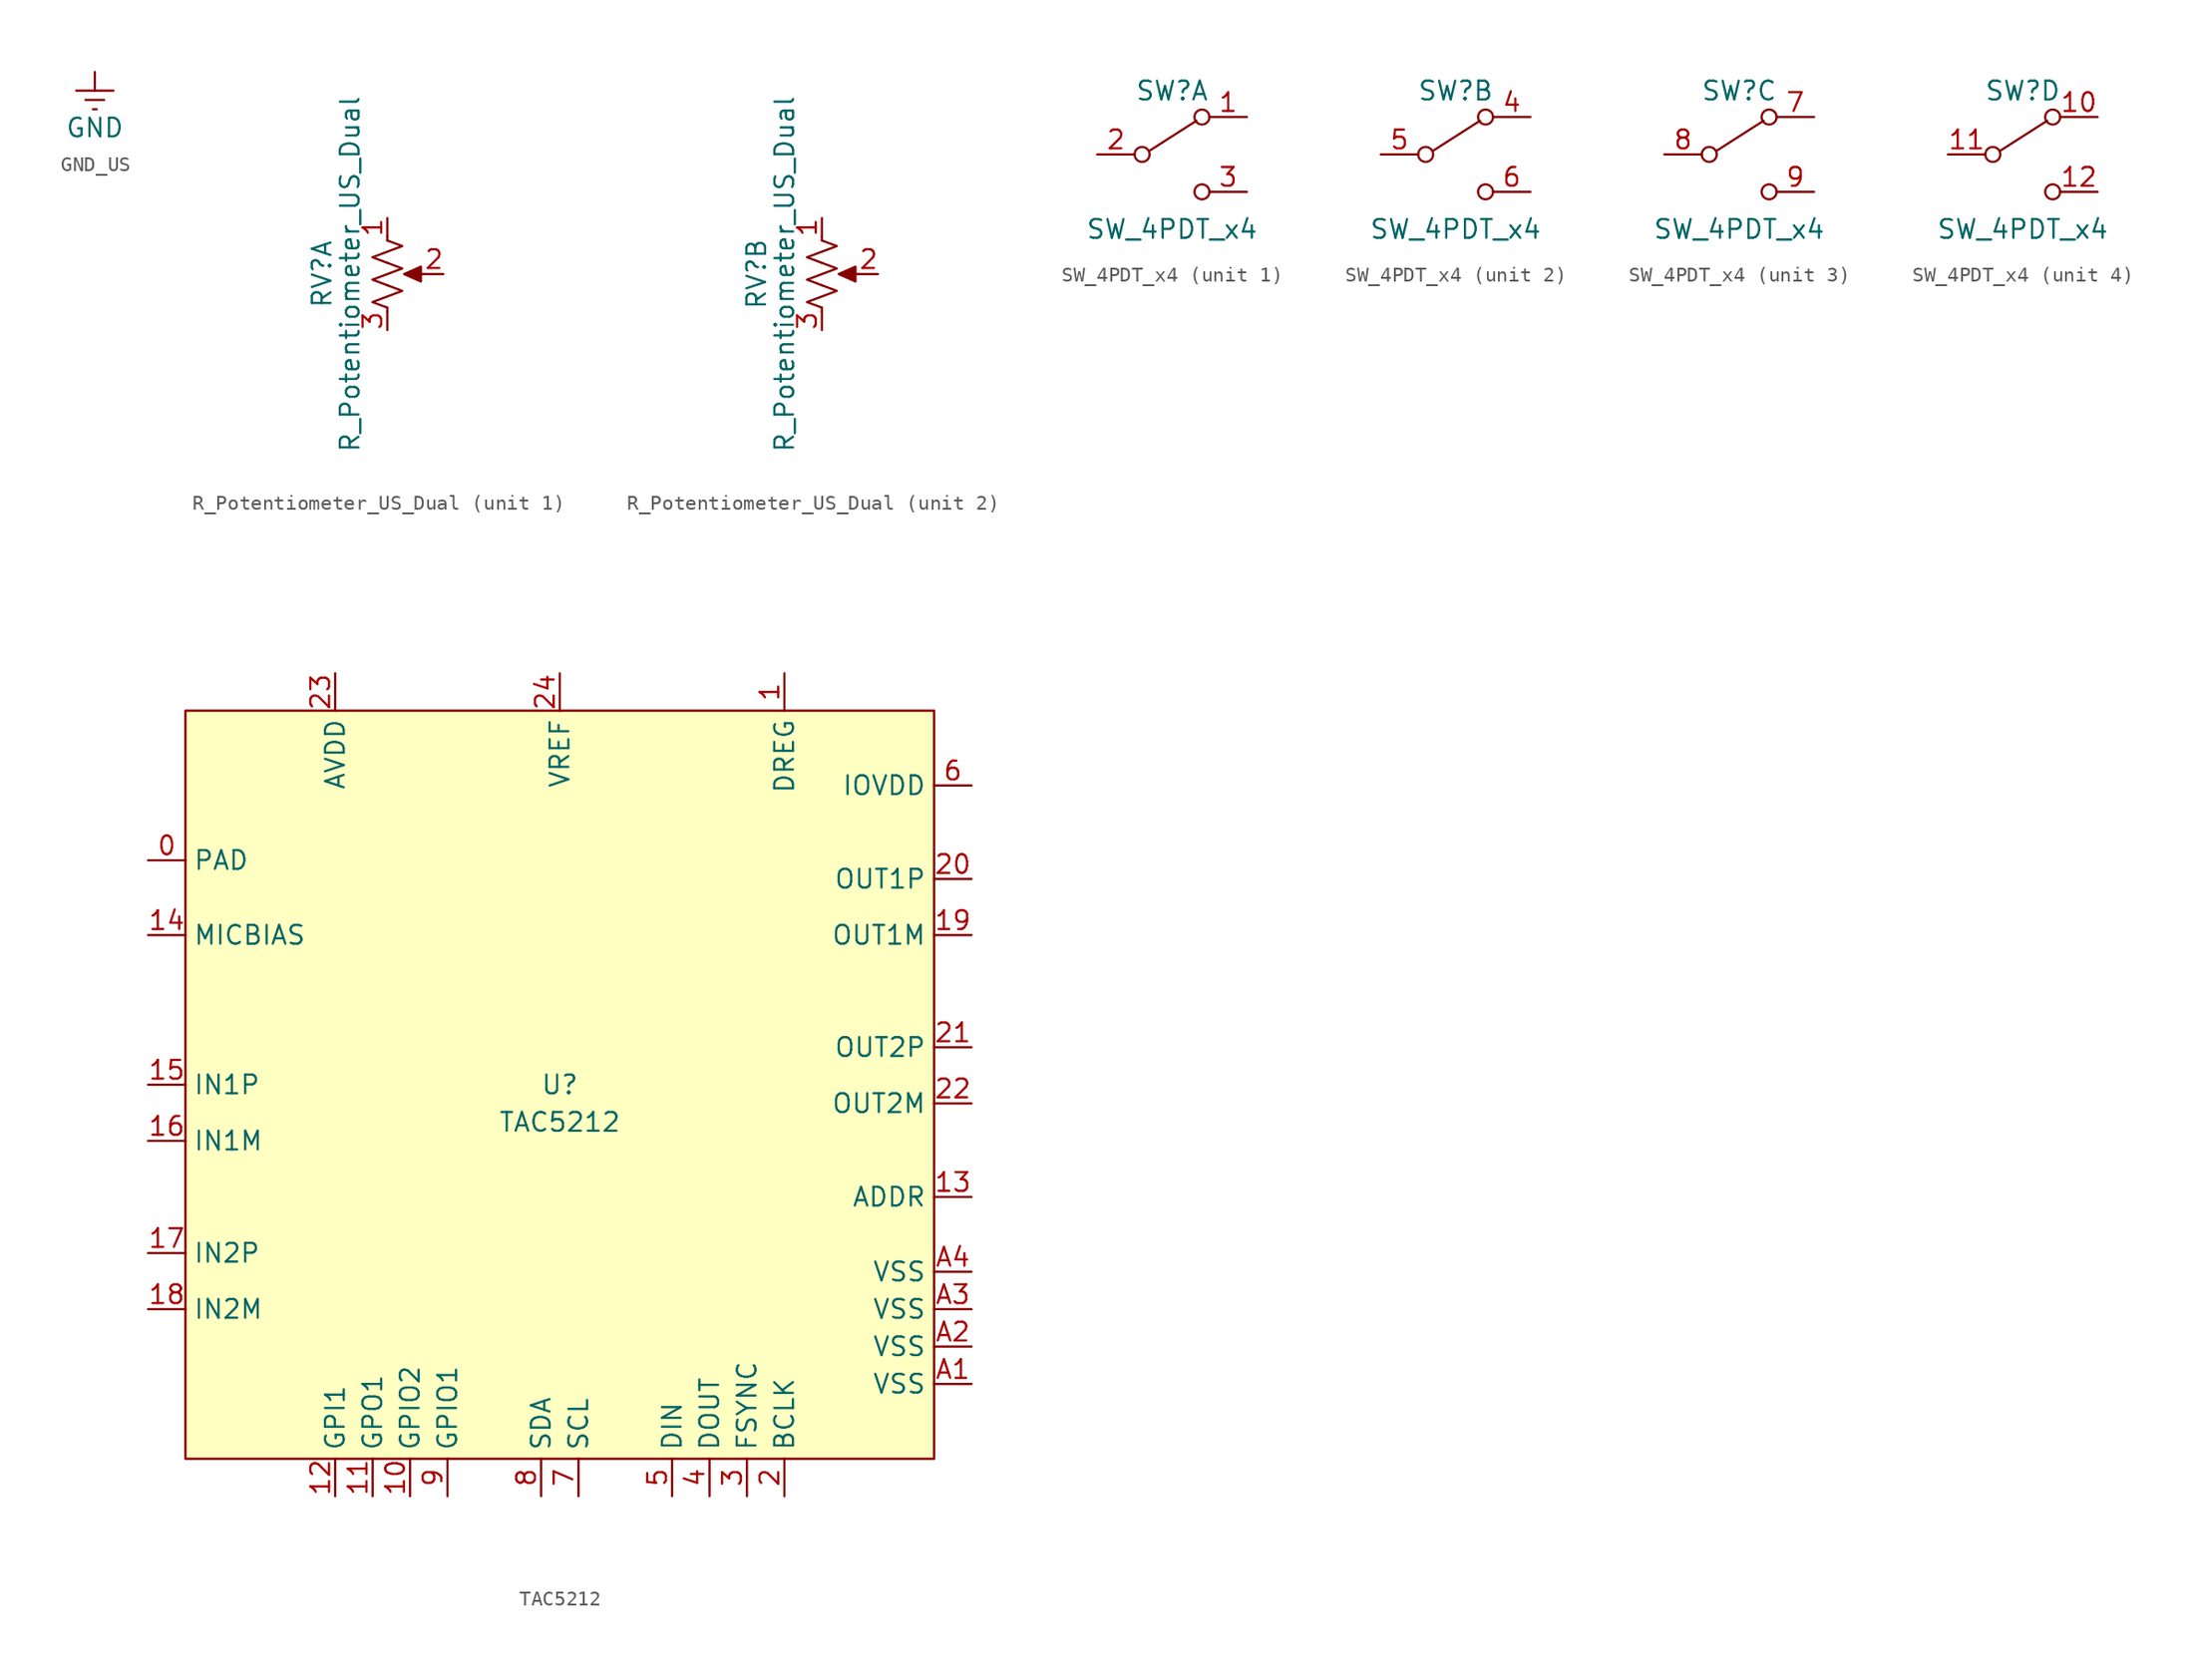
<source format=kicad_sym>
(kicad_symbol_lib
  (version 20220914)
  (generator kicad_symbol_editor)
  (symbol "GND_US"
    (power)
    (pin_names
      (offset 0))
    (property "Reference" "#PWR"
      (at 0 -6.35 0)
      (effects (font (size 1.27 1.27)) hide))
    (property "Value" "GND"
      (at 0 -3.81 0)
      (effects (font (size 1.27 1.27))))
    (symbol "GND_US_0_1"
      (polyline (pts (xy -0.635 -1.905) (xy 0.635 -1.905)) (stroke (width 0) (type default)) (fill (type none)))
      (polyline (pts (xy -0.127 -2.54) (xy 0.127 -2.54)) (stroke (width 0) (type default)) (fill (type none)))
      (polyline (pts (xy 0 -1.27) (xy 0 0)) (stroke (width 0) (type default)) (fill (type none)))
      (polyline (pts (xy 1.27 -1.27) (xy -1.27 -1.27)) (stroke (width 0) (type default)) (fill (type none))))
    (symbol "GND_US_1_1"
      (pin power_in line (at 0 0 270) (length 0) hide (name "GNDREF" (effects (font (size 1.27 1.27)))) (number "1" (effects (font (size 1.27 1.27)))))))
  (symbol "R_Potentiometer_US_Dual"
    (pin_names
      (offset 1.016) hide)
    (property "Reference" "RV"
      (at -4.445 0 90)
      (effects (font (size 1.27 1.27))))
    (property "Value" "R_Potentiometer_US_Dual"
      (at -2.54 0 90)
      (effects (font (size 1.27 1.27))))
    (symbol "R_Potentiometer_US_Dual_0_1"
      (polyline (pts (xy 0 -2.286) (xy 0 -2.54)) (stroke (width 0) (type default)) (fill (type none)))
      (polyline (pts (xy 0 2.54) (xy 0 2.286)) (stroke (width 0) (type default)) (fill (type none)))
      (polyline (pts (xy 2.54 0) (xy 1.524 0)) (stroke (width 0) (type default)) (fill (type none)))
      (polyline (pts (xy 1.143 0) (xy 2.286 0.508) (xy 2.286 -0.508) (xy 1.143 0)) (stroke (width 0) (type default)) (fill (type outline)))
      (polyline (pts (xy 0 -0.762) (xy 1.016 -1.143) (xy 0 -1.524) (xy -1.016 -1.905) (xy 0 -2.286)) (stroke (width 0) (type default)) (fill (type none)))
      (polyline (pts (xy 0 0.762) (xy 1.016 0.381) (xy 0 0) (xy -1.016 -0.381) (xy 0 -0.762)) (stroke (width 0) (type default)) (fill (type none)))
      (polyline (pts (xy 0 2.286) (xy 1.016 1.905) (xy 0 1.524) (xy -1.016 1.143) (xy 0 0.762)) (stroke (width 0) (type default)) (fill (type none))))
    (symbol "R_Potentiometer_US_Dual_1_1"
      (pin passive line (at 0 3.81 270) (length 1.27) (name "1" (effects (font (size 1.27 1.27)))) (number "1" (effects (font (size 1.27 1.27)))))
      (pin passive line (at 3.81 0 180) (length 1.27) (name "2" (effects (font (size 1.27 1.27)))) (number "2" (effects (font (size 1.27 1.27)))))
      (pin passive line (at 0 -3.81 90) (length 1.27) (name "3" (effects (font (size 1.27 1.27)))) (number "3" (effects (font (size 1.27 1.27))))))
    (symbol "R_Potentiometer_US_Dual_2_1"
      (pin passive line (at 0 3.81 270) (length 1.27) (name "1" (effects (font (size 1.27 1.27)))) (number "1" (effects (font (size 1.27 1.27)))))
      (pin passive line (at 3.81 0 180) (length 1.27) (name "2" (effects (font (size 1.27 1.27)))) (number "2" (effects (font (size 1.27 1.27)))))
      (pin passive line (at 0 -3.81 90) (length 1.27) (name "3" (effects (font (size 1.27 1.27)))) (number "3" (effects (font (size 1.27 1.27)))))))
  (symbol "SW_4PDT_x4"
    (pin_names
      (offset 0) hide)
    (property "Reference" "SW"
      (at 0 4.318 0)
      (effects (font (size 1.27 1.27))))
    (property "Value" "SW_4PDT_x4"
      (at 0 -5.08 0)
      (effects (font (size 1.27 1.27))))
    (symbol "SW_4PDT_x4_0_0"
      (circle (center -2.032 0) (radius 0.508) (stroke (width 0) (type default)) (fill (type none)))
      (circle (center 2.032 -2.54) (radius 0.508) (stroke (width 0) (type default)) (fill (type none))))
    (symbol "SW_4PDT_x4_0_1"
      (polyline (pts (xy -1.524 0.254) (xy 1.651 2.286)) (stroke (width 0) (type default)) (fill (type none)))
      (circle (center 2.032 2.54) (radius 0.508) (stroke (width 0) (type default)) (fill (type none))))
    (symbol "SW_4PDT_x4_1_1"
      (pin passive line (at 5.08 2.54 180) (length 2.54) (name "A" (effects (font (size 1.27 1.27)))) (number "1" (effects (font (size 1.27 1.27)))))
      (pin passive line (at -5.08 0 0) (length 2.54) (name "B" (effects (font (size 1.27 1.27)))) (number "2" (effects (font (size 1.27 1.27)))))
      (pin passive line (at 5.08 -2.54 180) (length 2.54) (name "C" (effects (font (size 1.27 1.27)))) (number "3" (effects (font (size 1.27 1.27))))))
    (symbol "SW_4PDT_x4_2_1"
      (pin passive line (at 5.08 2.54 180) (length 2.54) (name "A" (effects (font (size 1.27 1.27)))) (number "4" (effects (font (size 1.27 1.27)))))
      (pin passive line (at -5.08 0 0) (length 2.54) (name "B" (effects (font (size 1.27 1.27)))) (number "5" (effects (font (size 1.27 1.27)))))
      (pin passive line (at 5.08 -2.54 180) (length 2.54) (name "C" (effects (font (size 1.27 1.27)))) (number "6" (effects (font (size 1.27 1.27))))))
    (symbol "SW_4PDT_x4_3_1"
      (pin passive line (at 5.08 2.54 180) (length 2.54) (name "A" (effects (font (size 1.27 1.27)))) (number "7" (effects (font (size 1.27 1.27)))))
      (pin passive line (at -5.08 0 0) (length 2.54) (name "B" (effects (font (size 1.27 1.27)))) (number "8" (effects (font (size 1.27 1.27)))))
      (pin passive line (at 5.08 -2.54 180) (length 2.54) (name "C" (effects (font (size 1.27 1.27)))) (number "9" (effects (font (size 1.27 1.27))))))
    (symbol "SW_4PDT_x4_4_1"
      (pin passive line (at 5.08 2.54 180) (length 2.54) (name "A" (effects (font (size 1.27 1.27)))) (number "10" (effects (font (size 1.27 1.27)))))
      (pin passive line (at -5.08 0 0) (length 2.54) (name "B" (effects (font (size 1.27 1.27)))) (number "11" (effects (font (size 1.27 1.27)))))
      (pin passive line (at 5.08 -2.54 180) (length 2.54) (name "C" (effects (font (size 1.27 1.27)))) (number "12" (effects (font (size 1.27 1.27)))))))
  (symbol "TAC5212"
    (property "Reference" "U"
      (at 0 0 0)
      (effects (font (size 1.27 1.27))))
    (property "Value" "TAC5212"
      (at 0 -2.54 0)
      (effects (font (size 1.27 1.27))))
    (symbol "TAC5212_1_1"
      (rectangle (start -25.4 25.4) (end 25.4 -25.4) (stroke (width 0) (type default)) (fill (type background)))
      (pin passive line (at -27.94 15.24 0) (length 2.54) (name "PAD" (effects (font (size 1.27 1.27)))) (number "0" (effects (font (size 1.27 1.27)))))
      (pin passive line (at 15.24 27.94 270) (length 2.54) (name "DREG" (effects (font (size 1.27 1.27)))) (number "1" (effects (font (size 1.27 1.27)))))
      (pin bidirectional line (at -10.16 -27.94 90) (length 2.54) (name "GPIO2" (effects (font (size 1.27 1.27)))) (number "10" (effects (font (size 1.27 1.27)))))
      (pin output line (at -12.7 -27.94 90) (length 2.54) (name "GPO1" (effects (font (size 1.27 1.27)))) (number "11" (effects (font (size 1.27 1.27)))))
      (pin input line (at -15.24 -27.94 90) (length 2.54) (name "GPI1" (effects (font (size 1.27 1.27)))) (number "12" (effects (font (size 1.27 1.27)))))
      (pin passive line (at 27.94 -7.62 180) (length 2.54) (name "ADDR" (effects (font (size 1.27 1.27)))) (number "13" (effects (font (size 1.27 1.27)))))
      (pin output line (at -27.94 10.16 0) (length 2.54) (name "MICBIAS" (effects (font (size 1.27 1.27)))) (number "14" (effects (font (size 1.27 1.27)))))
      (pin input line (at -27.94 0 0) (length 2.54) (name "IN1P" (effects (font (size 1.27 1.27)))) (number "15" (effects (font (size 1.27 1.27)))))
      (pin input line (at -27.94 -3.81 0) (length 2.54) (name "IN1M" (effects (font (size 1.27 1.27)))) (number "16" (effects (font (size 1.27 1.27)))))
      (pin input line (at -27.94 -11.43 0) (length 2.54) (name "IN2P" (effects (font (size 1.27 1.27)))) (number "17" (effects (font (size 1.27 1.27)))))
      (pin input line (at -27.94 -15.24 0) (length 2.54) (name "IN2M" (effects (font (size 1.27 1.27)))) (number "18" (effects (font (size 1.27 1.27)))))
      (pin output line (at 27.94 10.16 180) (length 2.54) (name "OUT1M" (effects (font (size 1.27 1.27)))) (number "19" (effects (font (size 1.27 1.27)))))
      (pin input line (at 15.24 -27.94 90) (length 2.54) (name "BCLK" (effects (font (size 1.27 1.27)))) (number "2" (effects (font (size 1.27 1.27)))))
      (pin output line (at 27.94 13.97 180) (length 2.54) (name "OUT1P" (effects (font (size 1.27 1.27)))) (number "20" (effects (font (size 1.27 1.27)))))
      (pin output line (at 27.94 2.54 180) (length 2.54) (name "OUT2P" (effects (font (size 1.27 1.27)))) (number "21" (effects (font (size 1.27 1.27)))))
      (pin output line (at 27.94 -1.27 180) (length 2.54) (name "OUT2M" (effects (font (size 1.27 1.27)))) (number "22" (effects (font (size 1.27 1.27)))))
      (pin power_in line (at -15.24 27.94 270) (length 2.54) (name "AVDD" (effects (font (size 1.27 1.27)))) (number "23" (effects (font (size 1.27 1.27)))))
      (pin output line (at 0 27.94 270) (length 2.54) (name "VREF" (effects (font (size 1.27 1.27)))) (number "24" (effects (font (size 1.27 1.27)))))
      (pin input line (at 12.7 -27.94 90) (length 2.54) (name "FSYNC" (effects (font (size 1.27 1.27)))) (number "3" (effects (font (size 1.27 1.27)))))
      (pin output line (at 10.16 -27.94 90) (length 2.54) (name "DOUT" (effects (font (size 1.27 1.27)))) (number "4" (effects (font (size 1.27 1.27)))))
      (pin input line (at 7.62 -27.94 90) (length 2.54) (name "DIN" (effects (font (size 1.27 1.27)))) (number "5" (effects (font (size 1.27 1.27)))))
      (pin power_in line (at 27.94 20.32 180) (length 2.54) (name "IOVDD" (effects (font (size 1.27 1.27)))) (number "6" (effects (font (size 1.27 1.27)))))
      (pin bidirectional line (at 1.27 -27.94 90) (length 2.54) (name "SCL" (effects (font (size 1.27 1.27)))) (number "7" (effects (font (size 1.27 1.27)))))
      (pin bidirectional line (at -1.27 -27.94 90) (length 2.54) (name "SDA" (effects (font (size 1.27 1.27)))) (number "8" (effects (font (size 1.27 1.27)))))
      (pin bidirectional line (at -7.62 -27.94 90) (length 2.54) (name "GPIO1" (effects (font (size 1.27 1.27)))) (number "9" (effects (font (size 1.27 1.27)))))
      (pin passive line (at 27.94 -20.32 180) (length 2.54) (name "VSS" (effects (font (size 1.27 1.27)))) (number "A1" (effects (font (size 1.27 1.27)))))
      (pin passive line (at 27.94 -17.78 180) (length 2.54) (name "VSS" (effects (font (size 1.27 1.27)))) (number "A2" (effects (font (size 1.27 1.27)))))
      (pin passive line (at 27.94 -15.24 180) (length 2.54) (name "VSS" (effects (font (size 1.27 1.27)))) (number "A3" (effects (font (size 1.27 1.27)))))
      (pin passive line (at 27.94 -12.7 180) (length 2.54) (name "VSS" (effects (font (size 1.27 1.27)))) (number "A4" (effects (font (size 1.27 1.27))))))))
</source>
